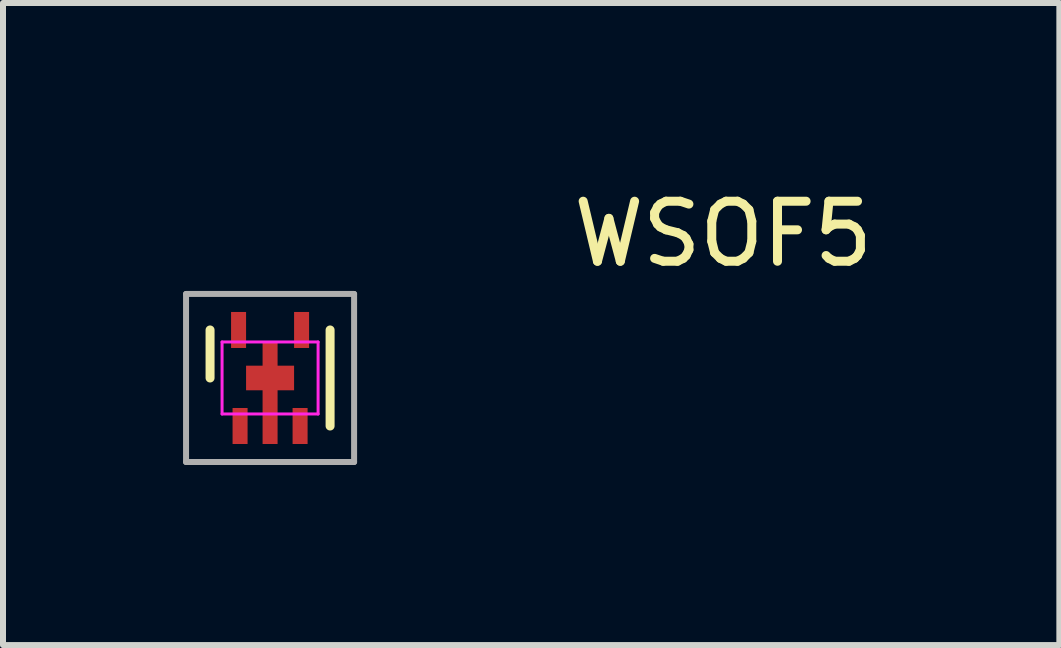
<source format=kicad_pcb>
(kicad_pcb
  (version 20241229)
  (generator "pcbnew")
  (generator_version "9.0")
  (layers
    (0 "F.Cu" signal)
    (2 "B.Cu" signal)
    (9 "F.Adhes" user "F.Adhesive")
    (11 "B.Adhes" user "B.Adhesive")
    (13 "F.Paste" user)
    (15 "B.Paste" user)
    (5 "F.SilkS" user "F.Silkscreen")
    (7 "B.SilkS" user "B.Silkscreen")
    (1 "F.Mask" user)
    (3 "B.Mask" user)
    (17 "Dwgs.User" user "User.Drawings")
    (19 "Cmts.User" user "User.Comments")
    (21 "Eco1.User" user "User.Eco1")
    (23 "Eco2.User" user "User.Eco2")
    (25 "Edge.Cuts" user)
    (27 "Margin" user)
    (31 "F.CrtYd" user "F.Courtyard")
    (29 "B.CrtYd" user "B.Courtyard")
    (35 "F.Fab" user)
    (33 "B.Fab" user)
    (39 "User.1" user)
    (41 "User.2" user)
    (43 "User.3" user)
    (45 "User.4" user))
  (footprint "WSOF5"
    (layer "F.Cu")
    (at 1.45 3.248)
    (property "Reference" "WSOF5" (at 7.55 -2.4 0) (layer "F.SilkS") (effects (font (size 1 1) (thickness 0.15))))
    (attr through_hole)
    (fp_line (start -1 -0.8) (end -1 0) (stroke (width 0.15) (type solid)) (layer "F.SilkS"))
    (fp_line (start 1 -0.8) (end 1 0.8) (stroke (width 0.15) (type solid)) (layer "F.SilkS"))
    (fp_line (start -0.8 -0.6) (end -0.8 0.6) (stroke (width 0.05) (type solid)) (layer "F.CrtYd"))
    (fp_line (start -0.8 0.6) (end 0.8 0.6) (stroke (width 0.05) (type solid)) (layer "F.CrtYd"))
    (fp_line (start 0.8 -0.6) (end -0.8 -0.6) (stroke (width 0.05) (type solid)) (layer "F.CrtYd"))
    (fp_line (start 0.8 0.6) (end 0.8 -0.6) (stroke (width 0.05) (type solid)) (layer "F.CrtYd"))
    (fp_line (start -1.4 -1.4) (end 1.4 -1.4) (stroke (width 0.1) (type solid)) (layer "F.Fab"))
    (fp_line (start -1.4 1.4) (end -1.4 -1.4) (stroke (width 0.1) (type solid)) (layer "F.Fab"))
    (fp_line (start 1.4 -1.4) (end 1.4 1.4) (stroke (width 0.1) (type solid)) (layer "F.Fab"))
    (fp_line (start 1.4 1.4) (end -1.4 1.4) (stroke (width 0.1) (type solid)) (layer "F.Fab"))
    (pad "1" smd rect (at -0.5 0.8) (size 0.25 0.6) (layers "F.Cu" "F.Mask" "F.Paste"))
    (pad "2" smd rect (at 0 -0.3) (size 0.25 0.6) (layers "F.Cu" "F.Mask" "F.Paste"))
    (pad "2" smd rect (at 0 0) (size 0.8 0.41) (layers "F.Cu" "F.Mask" "F.Paste"))
    (pad "2" smd rect (at 0 0.2) (size 0.25 0.6) (layers "F.Cu" "F.Mask" "F.Paste"))
    (pad "2" smd rect (at 0 0.8) (size 0.25 0.6) (layers "F.Cu" "F.Mask" "F.Paste"))
    (pad "3" smd rect (at 0.5 0.8) (size 0.25 0.6) (layers "F.Cu" "F.Mask" "F.Paste"))
    (pad "4" smd rect (at 0.525 -0.8) (size 0.25 0.6) (layers "F.Cu" "F.Mask" "F.Paste"))
    (pad "5" smd rect (at -0.525 -0.8) (size 0.25 0.6) (layers "F.Cu" "F.Mask" "F.Paste")))
  (gr_rect
    (start -3 -3)
    (end 14.601 7.698)
    (stroke (width 0.1) (type default))
    (fill no)
    (layer "Edge.Cuts")))
</source>
